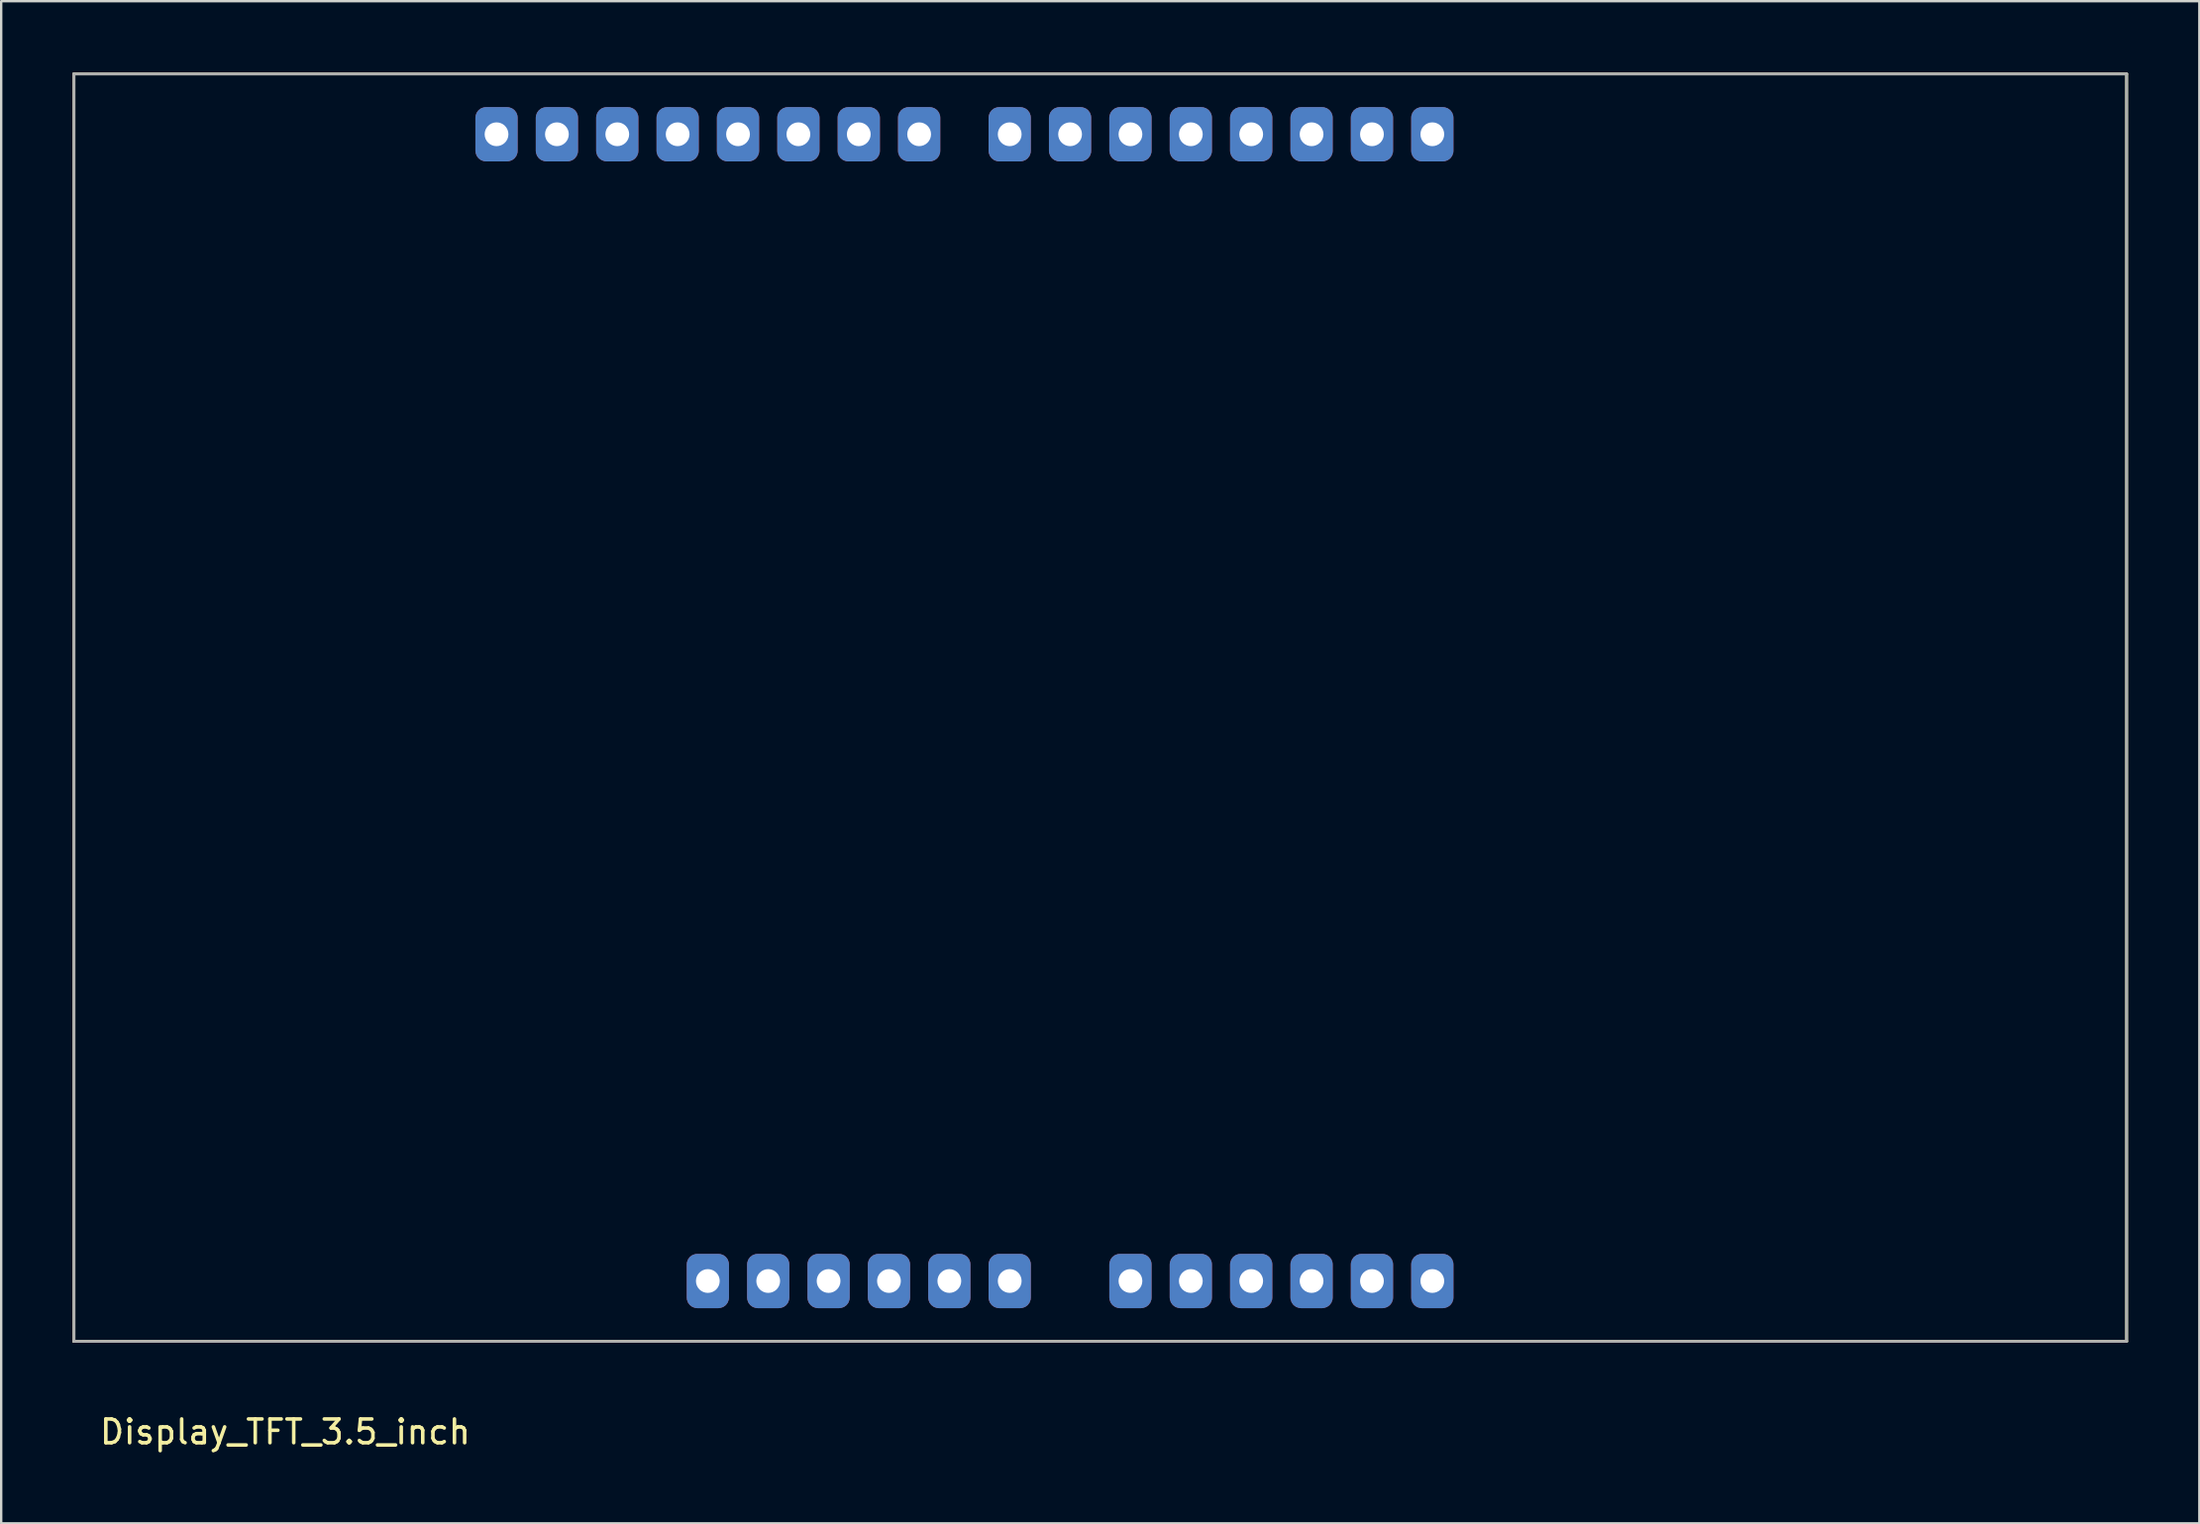
<source format=kicad_pcb>
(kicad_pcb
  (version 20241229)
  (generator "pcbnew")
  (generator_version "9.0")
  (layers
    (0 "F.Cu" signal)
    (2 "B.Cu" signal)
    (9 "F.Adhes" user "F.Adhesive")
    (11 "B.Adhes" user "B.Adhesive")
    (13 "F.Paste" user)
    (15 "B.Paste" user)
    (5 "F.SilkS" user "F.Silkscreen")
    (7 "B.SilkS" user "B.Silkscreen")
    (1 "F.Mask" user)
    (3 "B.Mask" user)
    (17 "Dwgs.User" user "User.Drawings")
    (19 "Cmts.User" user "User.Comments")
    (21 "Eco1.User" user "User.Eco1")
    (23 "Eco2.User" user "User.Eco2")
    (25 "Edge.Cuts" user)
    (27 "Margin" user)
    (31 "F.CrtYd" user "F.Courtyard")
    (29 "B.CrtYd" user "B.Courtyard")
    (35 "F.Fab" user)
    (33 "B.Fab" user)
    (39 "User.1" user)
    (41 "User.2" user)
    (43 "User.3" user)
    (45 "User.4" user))
  (footprint "Display_TFT_3.5_inch"
    (layer "F.Cu")
    (at 45.78 26.73)
    (property "Reference" "Display_TFT_3.5_inch" (at -36.83 30.48 0) (layer "F.SilkS") (effects (font (size 1 1) (thickness 0.15))))
    (attr through_hole)
    (fp_line (start -45.72 -26.67) (end 40.64 -26.67) (stroke (width 0.12) (type solid)) (layer "F.SilkS"))
    (fp_line (start -45.72 26.67) (end -45.72 -26.67) (stroke (width 0.12) (type solid)) (layer "F.SilkS"))
    (fp_line (start 40.64 -26.67) (end 40.64 26.67) (stroke (width 0.12) (type solid)) (layer "F.SilkS"))
    (fp_line (start 40.64 26.67) (end -45.72 26.67) (stroke (width 0.12) (type solid)) (layer "F.SilkS"))
    (fp_line (start -45.72 -26.67) (end 40.64 -26.67) (stroke (width 0.12) (type solid)) (layer "F.Fab"))
    (fp_line (start -45.72 26.67) (end -45.72 -26.67) (stroke (width 0.12) (type solid)) (layer "F.Fab"))
    (fp_line (start 40.64 -26.67) (end 40.64 26.67) (stroke (width 0.12) (type solid)) (layer "F.Fab"))
    (fp_line (start 40.64 26.67) (end -45.72 26.67) (stroke (width 0.12) (type solid)) (layer "F.Fab"))
    (pad "1" thru_hole roundrect (at 11.43 -24.13) (size 1.778 2.286) (drill 1) (layers "*.Cu" "*.Mask") (roundrect_rratio 0.25))
    (pad "2" thru_hole roundrect (at 8.89 -24.13) (size 1.778 2.286) (drill 1) (layers "*.Cu" "*.Mask") (roundrect_rratio 0.25))
    (pad "3" thru_hole roundrect (at 6.35 -24.13) (size 1.778 2.286) (drill 1) (layers "*.Cu" "*.Mask") (roundrect_rratio 0.25))
    (pad "4" thru_hole roundrect (at 3.81 -24.13) (size 1.778 2.286) (drill 1) (layers "*.Cu" "*.Mask") (roundrect_rratio 0.25))
    (pad "5" thru_hole roundrect (at 1.27 -24.13) (size 1.778 2.286) (drill 1) (layers "*.Cu" "*.Mask") (roundrect_rratio 0.25))
    (pad "6" thru_hole roundrect (at -1.27 -24.13) (size 1.778 2.286) (drill 1) (layers "*.Cu" "*.Mask") (roundrect_rratio 0.25))
    (pad "7" thru_hole roundrect (at -3.81 -24.13) (size 1.778 2.286) (drill 1) (layers "*.Cu" "*.Mask") (roundrect_rratio 0.25))
    (pad "8" thru_hole roundrect (at -6.35 -24.13) (size 1.778 2.286) (drill 1) (layers "*.Cu" "*.Mask") (roundrect_rratio 0.25))
    (pad "9" thru_hole roundrect (at -10.16 -24.13) (size 1.778 2.286) (drill 1) (layers "*.Cu" "*.Mask") (roundrect_rratio 0.25))
    (pad "10" thru_hole roundrect (at -12.7 -24.13) (size 1.778 2.286) (drill 1) (layers "*.Cu" "*.Mask") (roundrect_rratio 0.25))
    (pad "11" thru_hole roundrect (at -15.24 -24.13) (size 1.778 2.286) (drill 1) (layers "*.Cu" "*.Mask") (roundrect_rratio 0.25))
    (pad "12" thru_hole roundrect (at -17.78 -24.13) (size 1.778 2.286) (drill 1) (layers "*.Cu" "*.Mask") (roundrect_rratio 0.25))
    (pad "13" thru_hole roundrect (at -20.32 -24.13) (size 1.778 2.286) (drill 1) (layers "*.Cu" "*.Mask") (roundrect_rratio 0.25))
    (pad "14" thru_hole roundrect (at -22.86 -24.13) (size 1.778 2.286) (drill 1) (layers "*.Cu" "*.Mask") (roundrect_rratio 0.25))
    (pad "15" thru_hole roundrect (at -25.4 -24.13) (size 1.778 2.286) (drill 1) (layers "*.Cu" "*.Mask") (roundrect_rratio 0.25))
    (pad "16" thru_hole roundrect (at -27.94 -24.13) (size 1.778 2.286) (drill 1) (layers "*.Cu" "*.Mask") (roundrect_rratio 0.25))
    (pad "17" thru_hole roundrect (at -19.05 24.13) (size 1.778 2.286) (drill 1) (layers "*.Cu" "*.Mask") (roundrect_rratio 0.25))
    (pad "18" thru_hole roundrect (at -16.51 24.13) (size 1.778 2.286) (drill 1) (layers "*.Cu" "*.Mask") (roundrect_rratio 0.25))
    (pad "19" thru_hole roundrect (at -13.97 24.13) (size 1.778 2.286) (drill 1) (layers "*.Cu" "*.Mask") (roundrect_rratio 0.25))
    (pad "20" thru_hole roundrect (at -11.43 24.13) (size 1.778 2.286) (drill 1) (layers "*.Cu" "*.Mask") (roundrect_rratio 0.25))
    (pad "21" thru_hole roundrect (at -8.89 24.13) (size 1.778 2.286) (drill 1) (layers "*.Cu" "*.Mask") (roundrect_rratio 0.25))
    (pad "22" thru_hole roundrect (at -6.35 24.13) (size 1.778 2.286) (drill 1) (layers "*.Cu" "*.Mask") (roundrect_rratio 0.25))
    (pad "23" thru_hole roundrect (at -1.27 24.13) (size 1.778 2.286) (drill 1) (layers "*.Cu" "*.Mask") (roundrect_rratio 0.25))
    (pad "24" thru_hole roundrect (at 1.27 24.13) (size 1.778 2.286) (drill 1) (layers "*.Cu" "*.Mask") (roundrect_rratio 0.25))
    (pad "25" thru_hole roundrect (at 3.81 24.13) (size 1.778 2.286) (drill 1) (layers "*.Cu" "*.Mask") (roundrect_rratio 0.25))
    (pad "26" thru_hole roundrect (at 6.35 24.13) (size 1.778 2.286) (drill 1) (layers "*.Cu" "*.Mask") (roundrect_rratio 0.25))
    (pad "27" thru_hole roundrect (at 8.89 24.13) (size 1.778 2.286) (drill 1) (layers "*.Cu" "*.Mask") (roundrect_rratio 0.25))
    (pad "28" thru_hole roundrect (at 11.43 24.13) (size 1.778 2.286) (drill 1) (layers "*.Cu" "*.Mask") (roundrect_rratio 0.25)))
  (gr_rect
    (start -3 -3)
    (end 89.48 61.058)
    (stroke (width 0.1) (type default))
    (fill no)
    (layer "Edge.Cuts")))
</source>
